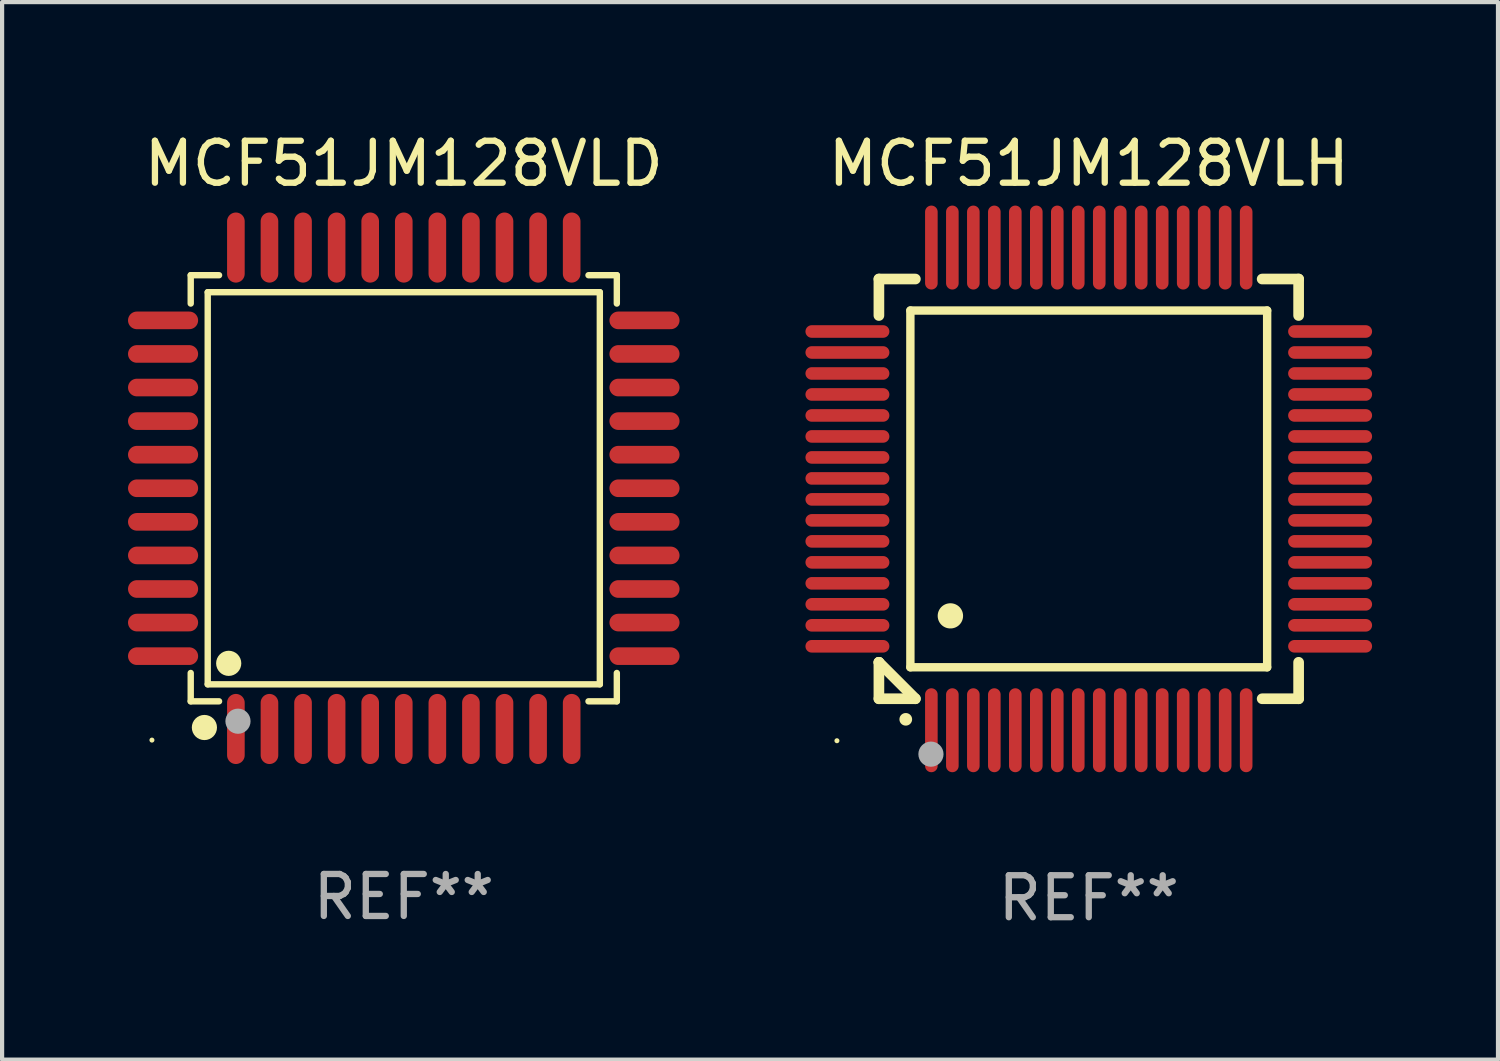
<source format=kicad_pcb>
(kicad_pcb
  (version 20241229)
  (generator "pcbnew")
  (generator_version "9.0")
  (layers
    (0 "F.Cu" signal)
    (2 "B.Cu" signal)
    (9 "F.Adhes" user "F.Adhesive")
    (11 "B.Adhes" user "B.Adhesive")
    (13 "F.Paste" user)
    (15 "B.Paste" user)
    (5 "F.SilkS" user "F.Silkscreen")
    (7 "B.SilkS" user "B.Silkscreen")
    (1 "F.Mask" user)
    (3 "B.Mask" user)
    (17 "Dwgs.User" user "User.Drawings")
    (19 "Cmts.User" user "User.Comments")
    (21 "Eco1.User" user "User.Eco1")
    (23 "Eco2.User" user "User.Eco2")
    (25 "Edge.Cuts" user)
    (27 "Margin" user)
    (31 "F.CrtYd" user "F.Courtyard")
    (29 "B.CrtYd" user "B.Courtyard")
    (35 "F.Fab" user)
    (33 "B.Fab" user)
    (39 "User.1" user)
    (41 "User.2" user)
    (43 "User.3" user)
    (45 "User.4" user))
  (footprint "MCF51JM128VLD"
    (layer "F.Cu")
    (at 6.57 8.583)
    (property "Reference" "MCF51JM128VLD" (at 0 -7.735 0) (layer "F.SilkS") (effects (font (size 1 1) (thickness 0.15))))
    (attr through_hole)
    (fp_line (start -5.076 -5.076) (end -4.401 -5.076) (stroke (width 0.152) (type solid)) (layer "F.SilkS"))
    (fp_line (start -5.076 -4.401) (end -5.076 -5.076) (stroke (width 0.152) (type solid)) (layer "F.SilkS"))
    (fp_line (start -5.076 4.401) (end -5.076 5.076) (stroke (width 0.152) (type solid)) (layer "F.SilkS"))
    (fp_line (start -5.076 5.076) (end -4.401 5.076) (stroke (width 0.152) (type solid)) (layer "F.SilkS"))
    (fp_line (start -4.671 -4.671) (end 4.671 -4.671) (stroke (width 0.152) (type solid)) (layer "F.SilkS"))
    (fp_line (start -4.671 4.671) (end -4.671 -4.671) (stroke (width 0.152) (type solid)) (layer "F.SilkS"))
    (fp_line (start 4.671 -4.671) (end 4.671 4.671) (stroke (width 0.152) (type solid)) (layer "F.SilkS"))
    (fp_line (start 4.671 4.671) (end -4.671 4.671) (stroke (width 0.152) (type solid)) (layer "F.SilkS"))
    (fp_line (start 5.076 -5.076) (end 4.401 -5.076) (stroke (width 0.152) (type solid)) (layer "F.SilkS"))
    (fp_line (start 5.076 -4.401) (end 5.076 -5.076) (stroke (width 0.152) (type solid)) (layer "F.SilkS"))
    (fp_line (start 5.076 4.401) (end 5.076 5.076) (stroke (width 0.152) (type solid)) (layer "F.SilkS"))
    (fp_line (start 5.076 5.076) (end 4.401 5.076) (stroke (width 0.152) (type solid)) (layer "F.SilkS"))
    (fp_circle (center -6 6) (end -5.97 6) (stroke (width 0.06) (type solid)) (fill no) (layer "F.SilkS"))
    (fp_circle (center -4.75 5.7) (end -4.6 5.7) (stroke (width 0.3) (type solid)) (fill no) (layer "F.SilkS"))
    (fp_circle (center -4.171 4.171) (end -4.021 4.171) (stroke (width 0.3) (type solid)) (fill no) (layer "F.SilkS"))
    (fp_circle (center -3.95 5.55) (end -3.8 5.55) (stroke (width 0.3) (type solid)) (fill no) (layer "F.Fab"))
    (fp_text user "REF**" (at 0 9.735 0) (layer "F.Fab") (effects (font (size 1 1) (thickness 0.15))))
    (pad "1" smd oval (at -4 5.735) (size 0.42 1.67) (layers "F.Cu" "F.Mask" "F.Paste"))
    (pad "2" smd oval (at -3.2 5.735) (size 0.42 1.67) (layers "F.Cu" "F.Mask" "F.Paste"))
    (pad "3" smd oval (at -2.4 5.735) (size 0.42 1.67) (layers "F.Cu" "F.Mask" "F.Paste"))
    (pad "4" smd oval (at -1.6 5.735) (size 0.42 1.67) (layers "F.Cu" "F.Mask" "F.Paste"))
    (pad "5" smd oval (at -0.8 5.735) (size 0.42 1.67) (layers "F.Cu" "F.Mask" "F.Paste"))
    (pad "6" smd oval (at 0 5.735) (size 0.42 1.67) (layers "F.Cu" "F.Mask" "F.Paste"))
    (pad "7" smd oval (at 0.8 5.735) (size 0.42 1.67) (layers "F.Cu" "F.Mask" "F.Paste"))
    (pad "8" smd oval (at 1.6 5.735) (size 0.42 1.67) (layers "F.Cu" "F.Mask" "F.Paste"))
    (pad "9" smd oval (at 2.4 5.735) (size 0.42 1.67) (layers "F.Cu" "F.Mask" "F.Paste"))
    (pad "10" smd oval (at 3.2 5.735) (size 0.42 1.67) (layers "F.Cu" "F.Mask" "F.Paste"))
    (pad "11" smd oval (at 4 5.735) (size 0.42 1.67) (layers "F.Cu" "F.Mask" "F.Paste"))
    (pad "12" smd oval (at 5.735 4) (size 1.67 0.42) (layers "F.Cu" "F.Mask" "F.Paste"))
    (pad "13" smd oval (at 5.735 3.2) (size 1.67 0.42) (layers "F.Cu" "F.Mask" "F.Paste"))
    (pad "14" smd oval (at 5.735 2.4) (size 1.67 0.42) (layers "F.Cu" "F.Mask" "F.Paste"))
    (pad "15" smd oval (at 5.735 1.6) (size 1.67 0.42) (layers "F.Cu" "F.Mask" "F.Paste"))
    (pad "16" smd oval (at 5.735 0.8) (size 1.67 0.42) (layers "F.Cu" "F.Mask" "F.Paste"))
    (pad "17" smd oval (at 5.735 0) (size 1.67 0.42) (layers "F.Cu" "F.Mask" "F.Paste"))
    (pad "18" smd oval (at 5.735 -0.8) (size 1.67 0.42) (layers "F.Cu" "F.Mask" "F.Paste"))
    (pad "19" smd oval (at 5.735 -1.6) (size 1.67 0.42) (layers "F.Cu" "F.Mask" "F.Paste"))
    (pad "20" smd oval (at 5.735 -2.4) (size 1.67 0.42) (layers "F.Cu" "F.Mask" "F.Paste"))
    (pad "21" smd oval (at 5.735 -3.2) (size 1.67 0.42) (layers "F.Cu" "F.Mask" "F.Paste"))
    (pad "22" smd oval (at 5.735 -4) (size 1.67 0.42) (layers "F.Cu" "F.Mask" "F.Paste"))
    (pad "23" smd oval (at 4 -5.735) (size 0.42 1.67) (layers "F.Cu" "F.Mask" "F.Paste"))
    (pad "24" smd oval (at 3.2 -5.735) (size 0.42 1.67) (layers "F.Cu" "F.Mask" "F.Paste"))
    (pad "25" smd oval (at 2.4 -5.735) (size 0.42 1.67) (layers "F.Cu" "F.Mask" "F.Paste"))
    (pad "26" smd oval (at 1.6 -5.735) (size 0.42 1.67) (layers "F.Cu" "F.Mask" "F.Paste"))
    (pad "27" smd oval (at 0.8 -5.735) (size 0.42 1.67) (layers "F.Cu" "F.Mask" "F.Paste"))
    (pad "28" smd oval (at 0 -5.735) (size 0.42 1.67) (layers "F.Cu" "F.Mask" "F.Paste"))
    (pad "29" smd oval (at -0.8 -5.735) (size 0.42 1.67) (layers "F.Cu" "F.Mask" "F.Paste"))
    (pad "30" smd oval (at -1.6 -5.735) (size 0.42 1.67) (layers "F.Cu" "F.Mask" "F.Paste"))
    (pad "31" smd oval (at -2.4 -5.735) (size 0.42 1.67) (layers "F.Cu" "F.Mask" "F.Paste"))
    (pad "32" smd oval (at -3.2 -5.735) (size 0.42 1.67) (layers "F.Cu" "F.Mask" "F.Paste"))
    (pad "33" smd oval (at -4 -5.735) (size 0.42 1.67) (layers "F.Cu" "F.Mask" "F.Paste"))
    (pad "34" smd oval (at -5.735 -4) (size 1.67 0.42) (layers "F.Cu" "F.Mask" "F.Paste"))
    (pad "35" smd oval (at -5.735 -3.2) (size 1.67 0.42) (layers "F.Cu" "F.Mask" "F.Paste"))
    (pad "36" smd oval (at -5.735 -2.4) (size 1.67 0.42) (layers "F.Cu" "F.Mask" "F.Paste"))
    (pad "37" smd oval (at -5.735 -1.6) (size 1.67 0.42) (layers "F.Cu" "F.Mask" "F.Paste"))
    (pad "38" smd oval (at -5.735 -0.8) (size 1.67 0.42) (layers "F.Cu" "F.Mask" "F.Paste"))
    (pad "39" smd oval (at -5.735 0) (size 1.67 0.42) (layers "F.Cu" "F.Mask" "F.Paste"))
    (pad "40" smd oval (at -5.735 0.8) (size 1.67 0.42) (layers "F.Cu" "F.Mask" "F.Paste"))
    (pad "41" smd oval (at -5.735 1.6) (size 1.67 0.42) (layers "F.Cu" "F.Mask" "F.Paste"))
    (pad "42" smd oval (at -5.735 2.4) (size 1.67 0.42) (layers "F.Cu" "F.Mask" "F.Paste"))
    (pad "43" smd oval (at -5.735 3.2) (size 1.67 0.42) (layers "F.Cu" "F.Mask" "F.Paste"))
    (pad "44" smd oval (at -5.735 4) (size 1.67 0.42) (layers "F.Cu" "F.Mask" "F.Paste")))
  (footprint "MCF51JM128VLH"
    (layer "F.Cu")
    (at 22.89 8.598)
    (property "Reference" "MCF51JM128VLH" (at 0 -7.75 0) (layer "F.SilkS") (effects (font (size 1 1) (thickness 0.15))))
    (attr through_hole)
    (fp_line (start -5 -5) (end -4.131 -5) (stroke (width 0.254) (type solid)) (layer "F.SilkS"))
    (fp_line (start -5 -4.131) (end -5 -5) (stroke (width 0.254) (type solid)) (layer "F.SilkS"))
    (fp_line (start -5 4.131) (end -5 4.131) (stroke (width 0.254) (type solid)) (layer "F.SilkS"))
    (fp_line (start -5 5) (end -5 4.131) (stroke (width 0.254) (type solid)) (layer "F.SilkS"))
    (fp_line (start -5 4.131) (end -4.131 5) (stroke (width 0.254) (type solid)) (layer "F.SilkS"))
    (fp_line (start -4.25 -4.25) (end -4.25 4.25) (stroke (width 0.2) (type solid)) (layer "F.SilkS"))
    (fp_line (start -4.25 4.25) (end 4.25 4.25) (stroke (width 0.2) (type solid)) (layer "F.SilkS"))
    (fp_line (start -4.131 5) (end -5 5) (stroke (width 0.254) (type solid)) (layer "F.SilkS"))
    (fp_line (start 4.25 -4.25) (end -4.25 -4.25) (stroke (width 0.2) (type solid)) (layer "F.SilkS"))
    (fp_line (start 4.25 4.25) (end 4.25 -4.25) (stroke (width 0.2) (type solid)) (layer "F.SilkS"))
    (fp_line (start 5 -5) (end 4.131 -5) (stroke (width 0.254) (type solid)) (layer "F.SilkS"))
    (fp_line (start 5 -5) (end 5 -4.131) (stroke (width 0.254) (type solid)) (layer "F.SilkS"))
    (fp_line (start 5 4.131) (end 5 5) (stroke (width 0.254) (type solid)) (layer "F.SilkS"))
    (fp_line (start 5 5) (end 4.131 5) (stroke (width 0.254) (type solid)) (layer "F.SilkS"))
    (fp_arc (start -4.361265 5.489992) (mid -4.359995 5.489987) (end -4.358725 5.489992) (stroke (width 0.3) (type solid)) (layer "F.SilkS"))
    (fp_arc (start -3.299467 3.025146) (mid -3.296927 3.025135) (end -3.294387 3.025146) (stroke (width 0.6) (type solid)) (layer "F.SilkS"))
    (fp_circle (center -6 6) (end -5.97 6) (stroke (width 0.06) (type solid)) (fill no) (layer "F.SilkS"))
    (fp_circle (center -3.76 6.32) (end -3.61 6.32) (stroke (width 0.3) (type solid)) (fill no) (layer "F.Fab"))
    (fp_text user "REF**" (at 0 9.75 0) (layer "F.Fab") (effects (font (size 1 1) (thickness 0.15))))
    (pad "1" smd oval (at -3.75 5.75) (size 0.3 2) (layers "F.Cu" "F.Mask" "F.Paste"))
    (pad "2" smd oval (at -3.25 5.75) (size 0.3 2) (layers "F.Cu" "F.Mask" "F.Paste"))
    (pad "3" smd oval (at -2.75 5.75) (size 0.3 2) (layers "F.Cu" "F.Mask" "F.Paste"))
    (pad "4" smd oval (at -2.25 5.75) (size 0.3 2) (layers "F.Cu" "F.Mask" "F.Paste"))
    (pad "5" smd oval (at -1.75 5.75) (size 0.3 2) (layers "F.Cu" "F.Mask" "F.Paste"))
    (pad "6" smd oval (at -1.25 5.75) (size 0.3 2) (layers "F.Cu" "F.Mask" "F.Paste"))
    (pad "7" smd oval (at -0.75 5.75) (size 0.3 2) (layers "F.Cu" "F.Mask" "F.Paste"))
    (pad "8" smd oval (at -0.25 5.75) (size 0.3 2) (layers "F.Cu" "F.Mask" "F.Paste"))
    (pad "9" smd oval (at 0.25 5.75) (size 0.3 2) (layers "F.Cu" "F.Mask" "F.Paste"))
    (pad "10" smd oval (at 0.75 5.75) (size 0.3 2) (layers "F.Cu" "F.Mask" "F.Paste"))
    (pad "11" smd oval (at 1.25 5.75) (size 0.3 2) (layers "F.Cu" "F.Mask" "F.Paste"))
    (pad "12" smd oval (at 1.75 5.75) (size 0.3 2) (layers "F.Cu" "F.Mask" "F.Paste"))
    (pad "13" smd oval (at 2.25 5.75) (size 0.3 2) (layers "F.Cu" "F.Mask" "F.Paste"))
    (pad "14" smd oval (at 2.75 5.75) (size 0.3 2) (layers "F.Cu" "F.Mask" "F.Paste"))
    (pad "15" smd oval (at 3.25 5.75) (size 0.3 2) (layers "F.Cu" "F.Mask" "F.Paste"))
    (pad "16" smd oval (at 3.75 5.75) (size 0.3 2) (layers "F.Cu" "F.Mask" "F.Paste"))
    (pad "17" smd oval (at 5.75 3.75) (size 2 0.3) (layers "F.Cu" "F.Mask" "F.Paste"))
    (pad "18" smd oval (at 5.75 3.25) (size 2 0.3) (layers "F.Cu" "F.Mask" "F.Paste"))
    (pad "19" smd oval (at 5.75 2.75) (size 2 0.3) (layers "F.Cu" "F.Mask" "F.Paste"))
    (pad "20" smd oval (at 5.75 2.25) (size 2 0.3) (layers "F.Cu" "F.Mask" "F.Paste"))
    (pad "21" smd oval (at 5.75 1.75) (size 2 0.3) (layers "F.Cu" "F.Mask" "F.Paste"))
    (pad "22" smd oval (at 5.75 1.25) (size 2 0.3) (layers "F.Cu" "F.Mask" "F.Paste"))
    (pad "23" smd oval (at 5.75 0.75) (size 2 0.3) (layers "F.Cu" "F.Mask" "F.Paste"))
    (pad "24" smd oval (at 5.75 0.25) (size 2 0.3) (layers "F.Cu" "F.Mask" "F.Paste"))
    (pad "25" smd oval (at 5.75 -0.25) (size 2 0.3) (layers "F.Cu" "F.Mask" "F.Paste"))
    (pad "26" smd oval (at 5.75 -0.75) (size 2 0.3) (layers "F.Cu" "F.Mask" "F.Paste"))
    (pad "27" smd oval (at 5.75 -1.25) (size 2 0.3) (layers "F.Cu" "F.Mask" "F.Paste"))
    (pad "28" smd oval (at 5.75 -1.75) (size 2 0.3) (layers "F.Cu" "F.Mask" "F.Paste"))
    (pad "29" smd oval (at 5.75 -2.25) (size 2 0.3) (layers "F.Cu" "F.Mask" "F.Paste"))
    (pad "30" smd oval (at 5.75 -2.75) (size 2 0.3) (layers "F.Cu" "F.Mask" "F.Paste"))
    (pad "31" smd oval (at 5.75 -3.25) (size 2 0.3) (layers "F.Cu" "F.Mask" "F.Paste"))
    (pad "32" smd oval (at 5.75 -3.75) (size 2 0.3) (layers "F.Cu" "F.Mask" "F.Paste"))
    (pad "33" smd oval (at 3.75 -5.75) (size 0.3 2) (layers "F.Cu" "F.Mask" "F.Paste"))
    (pad "34" smd oval (at 3.25 -5.75) (size 0.3 2) (layers "F.Cu" "F.Mask" "F.Paste"))
    (pad "35" smd oval (at 2.75 -5.75) (size 0.3 2) (layers "F.Cu" "F.Mask" "F.Paste"))
    (pad "36" smd oval (at 2.25 -5.75) (size 0.3 2) (layers "F.Cu" "F.Mask" "F.Paste"))
    (pad "37" smd oval (at 1.75 -5.75) (size 0.3 2) (layers "F.Cu" "F.Mask" "F.Paste"))
    (pad "38" smd oval (at 1.25 -5.75) (size 0.3 2) (layers "F.Cu" "F.Mask" "F.Paste"))
    (pad "39" smd oval (at 0.75 -5.75) (size 0.3 2) (layers "F.Cu" "F.Mask" "F.Paste"))
    (pad "40" smd oval (at 0.25 -5.75) (size 0.3 2) (layers "F.Cu" "F.Mask" "F.Paste"))
    (pad "41" smd oval (at -0.25 -5.75) (size 0.3 2) (layers "F.Cu" "F.Mask" "F.Paste"))
    (pad "42" smd oval (at -0.75 -5.75) (size 0.3 2) (layers "F.Cu" "F.Mask" "F.Paste"))
    (pad "43" smd oval (at -1.25 -5.75) (size 0.3 2) (layers "F.Cu" "F.Mask" "F.Paste"))
    (pad "44" smd oval (at -1.75 -5.75) (size 0.3 2) (layers "F.Cu" "F.Mask" "F.Paste"))
    (pad "45" smd oval (at -2.25 -5.75) (size 0.3 2) (layers "F.Cu" "F.Mask" "F.Paste"))
    (pad "46" smd oval (at -2.75 -5.75) (size 0.3 2) (layers "F.Cu" "F.Mask" "F.Paste"))
    (pad "47" smd oval (at -3.25 -5.75) (size 0.3 2) (layers "F.Cu" "F.Mask" "F.Paste"))
    (pad "48" smd oval (at -3.75 -5.75) (size 0.3 2) (layers "F.Cu" "F.Mask" "F.Paste"))
    (pad "49" smd oval (at -5.75 -3.75) (size 2 0.3) (layers "F.Cu" "F.Mask" "F.Paste"))
    (pad "50" smd oval (at -5.75 -3.25) (size 2 0.3) (layers "F.Cu" "F.Mask" "F.Paste"))
    (pad "51" smd oval (at -5.75 -2.75) (size 2 0.3) (layers "F.Cu" "F.Mask" "F.Paste"))
    (pad "52" smd oval (at -5.75 -2.25) (size 2 0.3) (layers "F.Cu" "F.Mask" "F.Paste"))
    (pad "53" smd oval (at -5.75 -1.75) (size 2 0.3) (layers "F.Cu" "F.Mask" "F.Paste"))
    (pad "54" smd oval (at -5.75 -1.25) (size 2 0.3) (layers "F.Cu" "F.Mask" "F.Paste"))
    (pad "55" smd oval (at -5.75 -0.75) (size 2 0.3) (layers "F.Cu" "F.Mask" "F.Paste"))
    (pad "56" smd oval (at -5.75 -0.25) (size 2 0.3) (layers "F.Cu" "F.Mask" "F.Paste"))
    (pad "57" smd oval (at -5.75 0.25) (size 2 0.3) (layers "F.Cu" "F.Mask" "F.Paste"))
    (pad "58" smd oval (at -5.75 0.75) (size 2 0.3) (layers "F.Cu" "F.Mask" "F.Paste"))
    (pad "59" smd oval (at -5.75 1.25) (size 2 0.3) (layers "F.Cu" "F.Mask" "F.Paste"))
    (pad "60" smd oval (at -5.75 1.75) (size 2 0.3) (layers "F.Cu" "F.Mask" "F.Paste"))
    (pad "61" smd oval (at -5.75 2.25) (size 2 0.3) (layers "F.Cu" "F.Mask" "F.Paste"))
    (pad "62" smd oval (at -5.75 2.75) (size 2 0.3) (layers "F.Cu" "F.Mask" "F.Paste"))
    (pad "63" smd oval (at -5.75 3.25) (size 2 0.3) (layers "F.Cu" "F.Mask" "F.Paste"))
    (pad "64" smd oval (at -5.75 3.75) (size 2 0.3) (layers "F.Cu" "F.Mask" "F.Paste")))
  (gr_rect
    (start -3 -3)
    (end 32.64 22.196)
    (stroke (width 0.1) (type default))
    (fill no)
    (layer "Edge.Cuts")))
</source>
